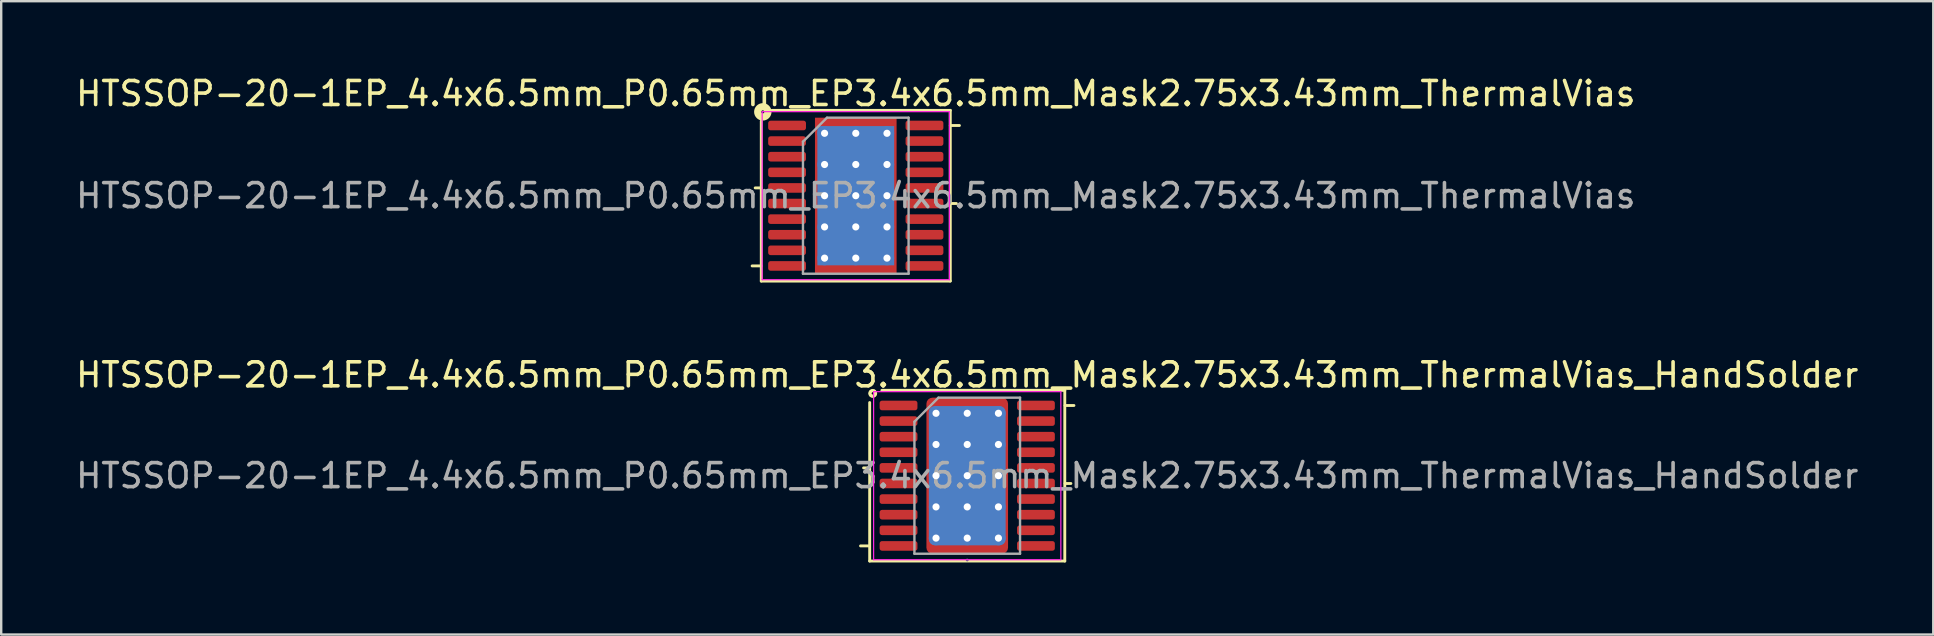
<source format=kicad_pcb>
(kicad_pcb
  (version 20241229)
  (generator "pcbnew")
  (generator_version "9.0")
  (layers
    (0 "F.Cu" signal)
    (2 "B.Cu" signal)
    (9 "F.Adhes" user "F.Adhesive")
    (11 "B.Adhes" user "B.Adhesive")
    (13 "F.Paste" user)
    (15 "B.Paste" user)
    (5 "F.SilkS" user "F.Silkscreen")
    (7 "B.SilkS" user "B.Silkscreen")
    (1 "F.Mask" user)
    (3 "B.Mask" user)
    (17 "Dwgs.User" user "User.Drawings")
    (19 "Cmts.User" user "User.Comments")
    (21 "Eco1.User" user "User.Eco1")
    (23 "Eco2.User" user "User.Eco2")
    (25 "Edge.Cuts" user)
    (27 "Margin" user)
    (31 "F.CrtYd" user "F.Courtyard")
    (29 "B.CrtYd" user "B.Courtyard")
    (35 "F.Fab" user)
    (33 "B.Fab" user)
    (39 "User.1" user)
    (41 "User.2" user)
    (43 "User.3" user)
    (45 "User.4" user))
  (footprint "HTSSOP-20-1EP_4.4x6.5mm_P0.65mm_EP3.4x6.5mm_Mask2.75x3.43mm_ThermalVias"
    (layer "F.Cu")
    (at 32.601 5.103)
    (property "Reference" "HTSSOP-20-1EP_4.4x6.5mm_P0.65mm_EP3.4x6.5mm_Mask2.75x3.43mm_ThermalVias" (at 0 -4.255 0) (layer "F.SilkS") (effects (font (size 1 1) (thickness 0.15))))
    (attr smd)
    (fp_line (start -3.937 -0.325) (end -4.191 -0.325) (stroke (width 0.12) (type solid)) (layer "F.SilkS"))
    (fp_line (start -3.937 2.925) (end -4.318 2.925) (stroke (width 0.12) (type solid)) (layer "F.SilkS"))
    (fp_line (start -3.937 3.556) (end -3.937 -3.111) (stroke (width 0.12) (type solid)) (layer "F.SilkS"))
    (fp_line (start -3.493 -3.556) (end 3.937 -3.556) (stroke (width 0.12) (type solid)) (layer "F.SilkS"))
    (fp_line (start 3.937 -3.556) (end 3.937 3.556) (stroke (width 0.12) (type solid)) (layer "F.SilkS"))
    (fp_line (start 3.937 -2.925) (end 4.318 -2.925) (stroke (width 0.12) (type solid)) (layer "F.SilkS"))
    (fp_line (start 3.937 0.325) (end 4.191 0.325) (stroke (width 0.12) (type solid)) (layer "F.SilkS"))
    (fp_line (start 3.937 3.556) (end -3.937 3.556) (stroke (width 0.12) (type solid)) (layer "F.SilkS"))
    (fp_circle (center -3.873 -3.493) (end -3.81 -3.493) (stroke (width 0.3) (type solid)) (fill no) (layer "F.SilkS"))
    (fp_line (start -3.9 -3.5) (end -3.9 3.5) (stroke (width 0.05) (type solid)) (layer "F.CrtYd"))
    (fp_line (start -3.9 3.5) (end 3.9 3.5) (stroke (width 0.05) (type solid)) (layer "F.CrtYd"))
    (fp_line (start 3.9 -3.5) (end -3.9 -3.5) (stroke (width 0.05) (type solid)) (layer "F.CrtYd"))
    (fp_line (start 3.9 3.5) (end 3.9 -3.5) (stroke (width 0.05) (type solid)) (layer "F.CrtYd"))
    (fp_line (start -2.2 -2.25) (end -1.2 -3.25) (stroke (width 0.1) (type solid)) (layer "F.Fab"))
    (fp_line (start -2.2 3.25) (end -2.2 -2.25) (stroke (width 0.1) (type solid)) (layer "F.Fab"))
    (fp_line (start -1.2 -3.25) (end 2.2 -3.25) (stroke (width 0.1) (type solid)) (layer "F.Fab"))
    (fp_line (start 2.2 -3.25) (end 2.2 3.25) (stroke (width 0.1) (type solid)) (layer "F.Fab"))
    (fp_line (start 2.2 3.25) (end -2.2 3.25) (stroke (width 0.1) (type solid)) (layer "F.Fab"))
    (fp_text user "${REFERENCE}" (at 0 0 0) (layer "F.Fab") (effects (font (size 1 1) (thickness 0.15))))
    (pad "" smd roundrect (at -0.69 -0.86) (size 1.11 1.38) (layers "F.Paste") (roundrect_rratio 0.225))
    (pad "" smd roundrect (at -0.69 0.86) (size 1.11 1.38) (layers "F.Paste") (roundrect_rratio 0.225))
    (pad "" smd rect (at 0 0) (size 2.75 3.43) (layers "F.Mask"))
    (pad "" smd roundrect (at 0.69 -0.86) (size 1.11 1.38) (layers "F.Paste") (roundrect_rratio 0.225))
    (pad "" smd roundrect (at 0.69 0.86) (size 1.11 1.38) (layers "F.Paste") (roundrect_rratio 0.225))
    (pad "1" smd roundrect (at -2.862 -2.925) (size 1.575 0.4) (layers "F.Cu" "F.Mask" "F.Paste") (roundrect_rratio 0.25))
    (pad "2" smd roundrect (at -2.862 -2.275) (size 1.575 0.4) (layers "F.Cu" "F.Mask" "F.Paste") (roundrect_rratio 0.25))
    (pad "3" smd roundrect (at -2.862 -1.625) (size 1.575 0.4) (layers "F.Cu" "F.Mask" "F.Paste") (roundrect_rratio 0.25))
    (pad "4" smd roundrect (at -2.862 -0.975) (size 1.575 0.4) (layers "F.Cu" "F.Mask" "F.Paste") (roundrect_rratio 0.25))
    (pad "5" smd roundrect (at -2.862 -0.325) (size 1.575 0.4) (layers "F.Cu" "F.Mask" "F.Paste") (roundrect_rratio 0.25))
    (pad "6" smd roundrect (at -2.862 0.325) (size 1.575 0.4) (layers "F.Cu" "F.Mask" "F.Paste") (roundrect_rratio 0.25))
    (pad "7" smd roundrect (at -2.862 0.975) (size 1.575 0.4) (layers "F.Cu" "F.Mask" "F.Paste") (roundrect_rratio 0.25))
    (pad "8" smd roundrect (at -2.862 1.625) (size 1.575 0.4) (layers "F.Cu" "F.Mask" "F.Paste") (roundrect_rratio 0.25))
    (pad "9" smd roundrect (at -2.862 2.275) (size 1.575 0.4) (layers "F.Cu" "F.Mask" "F.Paste") (roundrect_rratio 0.25))
    (pad "10" smd roundrect (at -2.862 2.925) (size 1.575 0.4) (layers "F.Cu" "F.Mask" "F.Paste") (roundrect_rratio 0.25))
    (pad "11" smd roundrect (at 2.862 2.925) (size 1.575 0.4) (layers "F.Cu" "F.Mask" "F.Paste") (roundrect_rratio 0.25))
    (pad "12" smd roundrect (at 2.862 2.275) (size 1.575 0.4) (layers "F.Cu" "F.Mask" "F.Paste") (roundrect_rratio 0.25))
    (pad "13" smd roundrect (at 2.862 1.625) (size 1.575 0.4) (layers "F.Cu" "F.Mask" "F.Paste") (roundrect_rratio 0.25))
    (pad "14" smd roundrect (at 2.862 0.975) (size 1.575 0.4) (layers "F.Cu" "F.Mask" "F.Paste") (roundrect_rratio 0.25))
    (pad "15" smd roundrect (at 2.862 0.325) (size 1.575 0.4) (layers "F.Cu" "F.Mask" "F.Paste") (roundrect_rratio 0.25))
    (pad "16" smd roundrect (at 2.862 -0.325) (size 1.575 0.4) (layers "F.Cu" "F.Mask" "F.Paste") (roundrect_rratio 0.25))
    (pad "17" smd roundrect (at 2.862 -0.975) (size 1.575 0.4) (layers "F.Cu" "F.Mask" "F.Paste") (roundrect_rratio 0.25))
    (pad "18" smd roundrect (at 2.862 -1.625) (size 1.575 0.4) (layers "F.Cu" "F.Mask" "F.Paste") (roundrect_rratio 0.25))
    (pad "19" smd roundrect (at 2.862 -2.275) (size 1.575 0.4) (layers "F.Cu" "F.Mask" "F.Paste") (roundrect_rratio 0.25))
    (pad "20" smd roundrect (at 2.862 -2.925) (size 1.575 0.4) (layers "F.Cu" "F.Mask" "F.Paste") (roundrect_rratio 0.25))
    (pad "21" thru_hole circle (at -1.3 -2.6) (size 0.6 0.6) (drill 0.3) (layers "*.Cu"))
    (pad "21" thru_hole circle (at -1.3 -1.3) (size 0.6 0.6) (drill 0.3) (layers "*.Cu"))
    (pad "21" thru_hole circle (at -1.3 0) (size 0.6 0.6) (drill 0.3) (layers "*.Cu"))
    (pad "21" thru_hole circle (at -1.3 1.3) (size 0.6 0.6) (drill 0.3) (layers "*.Cu"))
    (pad "21" thru_hole circle (at -1.3 2.6) (size 0.6 0.6) (drill 0.3) (layers "*.Cu"))
    (pad "21" thru_hole circle (at 0 -2.6) (size 0.6 0.6) (drill 0.3) (layers "*.Cu"))
    (pad "21" thru_hole circle (at 0 -1.3) (size 0.6 0.6) (drill 0.3) (layers "*.Cu"))
    (pad "21" thru_hole circle (at 0 0) (size 0.6 0.6) (drill 0.3) (layers "*.Cu"))
    (pad "21" smd rect (at 0 0) (size 3.2 5.8) (layers "B.Cu" "B.Mask"))
    (pad "21" smd rect (at 0 0) (size 3.4 6.5) (layers "F.Cu"))
    (pad "21" thru_hole circle (at 0 1.3) (size 0.6 0.6) (drill 0.3) (layers "*.Cu"))
    (pad "21" thru_hole circle (at 0 2.6) (size 0.6 0.6) (drill 0.3) (layers "*.Cu"))
    (pad "21" thru_hole circle (at 1.3 -2.6) (size 0.6 0.6) (drill 0.3) (layers "*.Cu"))
    (pad "21" thru_hole circle (at 1.3 -1.3) (size 0.6 0.6) (drill 0.3) (layers "*.Cu"))
    (pad "21" thru_hole circle (at 1.3 0) (size 0.6 0.6) (drill 0.3) (layers "*.Cu"))
    (pad "21" thru_hole circle (at 1.3 1.3) (size 0.6 0.6) (drill 0.3) (layers "*.Cu"))
    (pad "21" thru_hole circle (at 1.3 2.6) (size 0.6 0.6) (drill 0.3) (layers "*.Cu")))
  (footprint "HTSSOP-20-1EP_4.4x6.5mm_P0.65mm_EP3.4x6.5mm_Mask2.75x3.43mm_ThermalVias_HandSolder"
    (layer "F.Cu")
    (at 37.244 16.767)
    (property "Reference" "HTSSOP-20-1EP_4.4x6.5mm_P0.65mm_EP3.4x6.5mm_Mask2.75x3.43mm_ThermalVias_HandSolder" (at 0 -4.2 0) (layer "F.SilkS") (effects (font (size 1 1) (thickness 0.15))))
    (attr smd)
    (fp_line (start -4.075 -0.325) (end -4.318 -0.325) (stroke (width 0.12) (type solid)) (layer "F.SilkS"))
    (fp_line (start -4.075 2.925) (end -4.445 2.925) (stroke (width 0.12) (type solid)) (layer "F.SilkS"))
    (fp_line (start -4.064 3.556) (end -4.064 -3.048) (stroke (width 0.12) (type solid)) (layer "F.SilkS"))
    (fp_line (start -3.556 -3.556) (end 3.81 -3.556) (stroke (width 0.12) (type solid)) (layer "F.SilkS"))
    (fp_line (start 3.81 -3.556) (end 4.064 -3.556) (stroke (width 0.12) (type solid)) (layer "F.SilkS"))
    (fp_line (start 4.064 -3.556) (end 4.064 3.556) (stroke (width 0.12) (type solid)) (layer "F.SilkS"))
    (fp_line (start 4.064 3.556) (end -4.064 3.556) (stroke (width 0.12) (type solid)) (layer "F.SilkS"))
    (fp_line (start 4.075 -2.925) (end 4.445 -2.925) (stroke (width 0.12) (type solid)) (layer "F.SilkS"))
    (fp_line (start 4.075 0.325) (end 4.318 0.325) (stroke (width 0.12) (type solid)) (layer "F.SilkS"))
    (fp_circle (center -3.937 -3.429) (end -3.887 -3.429) (stroke (width 0.12) (type solid)) (fill no) (layer "F.SilkS"))
    (fp_circle (center -3.937 -3.429) (end -3.812 -3.429) (stroke (width 0.12) (type solid)) (fill no) (layer "F.SilkS"))
    (fp_line (start -3.9 -3.5) (end -3.9 3.5) (stroke (width 0.05) (type solid)) (layer "F.CrtYd"))
    (fp_line (start -3.9 3.5) (end 3.9 3.5) (stroke (width 0.05) (type solid)) (layer "F.CrtYd"))
    (fp_line (start 3.9 -3.5) (end -3.9 -3.5) (stroke (width 0.05) (type solid)) (layer "F.CrtYd"))
    (fp_line (start 3.9 3.5) (end 3.9 -3.5) (stroke (width 0.05) (type solid)) (layer "F.CrtYd"))
    (fp_line (start 0 3.51) (end 0 3.51) (stroke (width 0.12) (type solid)) (layer "B.Fab"))
    (fp_line (start -2.2 -2.25) (end -1.2 -3.25) (stroke (width 0.1) (type solid)) (layer "F.Fab"))
    (fp_line (start -2.2 3.25) (end -2.2 -2.25) (stroke (width 0.1) (type solid)) (layer "F.Fab"))
    (fp_line (start -1.2 -3.25) (end 2.2 -3.25) (stroke (width 0.1) (type solid)) (layer "F.Fab"))
    (fp_line (start 2.2 -3.25) (end 2.2 3.25) (stroke (width 0.1) (type solid)) (layer "F.Fab"))
    (fp_line (start 2.2 3.25) (end -2.2 3.25) (stroke (width 0.1) (type solid)) (layer "F.Fab"))
    (fp_text user "${REFERENCE}" (at 0 0 0) (layer "F.Fab") (effects (font (size 1 1) (thickness 0.15))))
    (pad "" smd roundrect (at -0.69 -0.86) (size 1.11 1.38) (layers "F.Paste") (roundrect_rratio 0.225))
    (pad "" smd roundrect (at -0.69 0.86) (size 1.11 1.38) (layers "F.Paste") (roundrect_rratio 0.225))
    (pad "" smd roundrect (at 0 0) (size 2.75 3.43) (layers "*.Mask") (roundrect_rratio 0.091))
    (pad "" smd roundrect (at 0.69 -0.86) (size 1.11 1.38) (layers "F.Paste") (roundrect_rratio 0.225))
    (pad "" smd roundrect (at 0.69 0.86) (size 1.11 1.38) (layers "F.Paste") (roundrect_rratio 0.225))
    (pad "1" smd roundrect (at -2.862 -2.925) (size 1.575 0.4) (layers "F.Cu" "F.Mask" "F.Paste") (roundrect_rratio 0.25))
    (pad "2" smd roundrect (at -2.862 -2.275) (size 1.575 0.4) (layers "F.Cu" "F.Mask" "F.Paste") (roundrect_rratio 0.25))
    (pad "3" smd roundrect (at -2.862 -1.625) (size 1.575 0.4) (layers "F.Cu" "F.Mask" "F.Paste") (roundrect_rratio 0.25))
    (pad "4" smd roundrect (at -2.862 -0.975) (size 1.575 0.4) (layers "F.Cu" "F.Mask" "F.Paste") (roundrect_rratio 0.25))
    (pad "5" smd roundrect (at -2.862 -0.325) (size 1.575 0.4) (layers "F.Cu" "F.Mask" "F.Paste") (roundrect_rratio 0.25))
    (pad "6" smd roundrect (at -2.862 0.325) (size 1.575 0.4) (layers "F.Cu" "F.Mask" "F.Paste") (roundrect_rratio 0.25))
    (pad "7" smd roundrect (at -2.862 0.975) (size 1.575 0.4) (layers "F.Cu" "F.Mask" "F.Paste") (roundrect_rratio 0.25))
    (pad "8" smd roundrect (at -2.862 1.625) (size 1.575 0.4) (layers "F.Cu" "F.Mask" "F.Paste") (roundrect_rratio 0.25))
    (pad "9" smd roundrect (at -2.862 2.275) (size 1.575 0.4) (layers "F.Cu" "F.Mask" "F.Paste") (roundrect_rratio 0.25))
    (pad "10" smd roundrect (at -2.862 2.925) (size 1.575 0.4) (layers "F.Cu" "F.Mask" "F.Paste") (roundrect_rratio 0.25))
    (pad "11" smd roundrect (at 2.862 2.925) (size 1.575 0.4) (layers "F.Cu" "F.Mask" "F.Paste") (roundrect_rratio 0.25))
    (pad "12" smd roundrect (at 2.862 2.275) (size 1.575 0.4) (layers "F.Cu" "F.Mask" "F.Paste") (roundrect_rratio 0.25))
    (pad "13" smd roundrect (at 2.862 1.625) (size 1.575 0.4) (layers "F.Cu" "F.Mask" "F.Paste") (roundrect_rratio 0.25))
    (pad "14" smd roundrect (at 2.862 0.975) (size 1.575 0.4) (layers "F.Cu" "F.Mask" "F.Paste") (roundrect_rratio 0.25))
    (pad "15" smd roundrect (at 2.862 0.325) (size 1.575 0.4) (layers "F.Cu" "F.Mask" "F.Paste") (roundrect_rratio 0.25))
    (pad "16" smd roundrect (at 2.862 -0.325) (size 1.575 0.4) (layers "F.Cu" "F.Mask" "F.Paste") (roundrect_rratio 0.25))
    (pad "17" smd roundrect (at 2.862 -0.975) (size 1.575 0.4) (layers "F.Cu" "F.Mask" "F.Paste") (roundrect_rratio 0.25))
    (pad "18" smd roundrect (at 2.862 -1.625) (size 1.575 0.4) (layers "F.Cu" "F.Mask" "F.Paste") (roundrect_rratio 0.25))
    (pad "19" smd roundrect (at 2.862 -2.275) (size 1.575 0.4) (layers "F.Cu" "F.Mask" "F.Paste") (roundrect_rratio 0.25))
    (pad "20" smd roundrect (at 2.862 -2.925) (size 1.575 0.4) (layers "F.Cu" "F.Mask" "F.Paste") (roundrect_rratio 0.25))
    (pad "21" thru_hole circle (at -1.3 -2.6) (size 0.6 0.6) (drill 0.3) (layers "*.Cu"))
    (pad "21" thru_hole circle (at -1.3 -1.3) (size 0.6 0.6) (drill 0.3) (layers "*.Cu"))
    (pad "21" thru_hole circle (at -1.3 0) (size 0.6 0.6) (drill 0.3) (layers "*.Cu"))
    (pad "21" thru_hole circle (at -1.3 1.3) (size 0.6 0.6) (drill 0.3) (layers "*.Cu"))
    (pad "21" thru_hole circle (at -1.3 2.6) (size 0.6 0.6) (drill 0.3) (layers "*.Cu"))
    (pad "21" thru_hole circle (at 0 -2.6) (size 0.6 0.6) (drill 0.3) (layers "*.Cu"))
    (pad "21" thru_hole circle (at 0 -1.3) (size 0.6 0.6) (drill 0.3) (layers "*.Cu"))
    (pad "21" thru_hole circle (at 0 0) (size 0.6 0.6) (drill 0.3) (layers "*.Cu"))
    (pad "21" smd roundrect (at 0 0) (size 3.2 5.8) (layers "B.Cu") (roundrect_rratio 0.078))
    (pad "21" smd roundrect (at 0 0) (size 3.4 6.5) (layers "F.Cu") (roundrect_rratio 0.074))
    (pad "21" thru_hole circle (at 0 1.3) (size 0.6 0.6) (drill 0.3) (layers "*.Cu"))
    (pad "21" thru_hole circle (at 0 2.6) (size 0.6 0.6) (drill 0.3) (layers "*.Cu"))
    (pad "21" thru_hole circle (at 1.3 -2.6) (size 0.6 0.6) (drill 0.3) (layers "*.Cu"))
    (pad "21" thru_hole circle (at 1.3 -1.3) (size 0.6 0.6) (drill 0.3) (layers "*.Cu"))
    (pad "21" thru_hole circle (at 1.3 0) (size 0.6 0.6) (drill 0.3) (layers "*.Cu"))
    (pad "21" thru_hole circle (at 1.3 1.3) (size 0.6 0.6) (drill 0.3) (layers "*.Cu"))
    (pad "21" thru_hole circle (at 1.3 2.6) (size 0.6 0.6) (drill 0.3) (layers "*.Cu")))
  (gr_rect
    (start -3 -3)
    (end 77.488 23.383)
    (stroke (width 0.1) (type default))
    (fill no)
    (layer "Edge.Cuts")))
</source>
